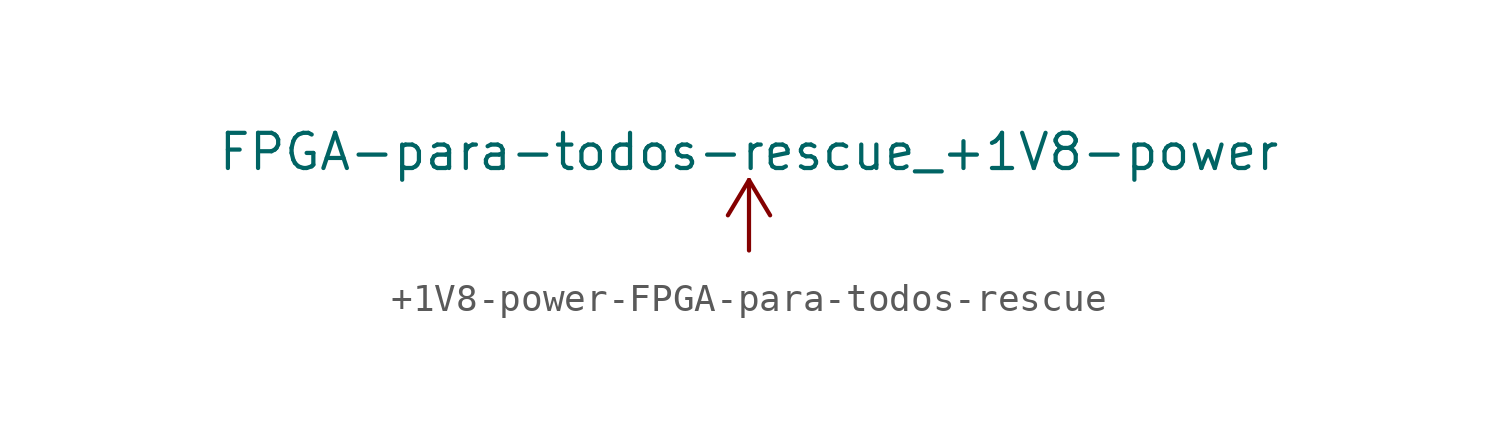
<source format=kicad_sym>
(kicad_symbol_lib
  (version 20231120)
  (generator "kicad_symbol_editor")
  (generator_version "8.0")
  (symbol "+1V8-power-FPGA-para-todos-rescue"
    (power)
    (pin_names
      (offset 0))
    (property "Reference" "#PWR"
      (at 0 -3.81 0)
      (effects (font (size 1.27 1.27)) (hide yes)))
    (property "Value" "FPGA-para-todos-rescue_+1V8-power"
      (at 0 3.556 0)
      (effects (font (size 1.27 1.27))))
    (symbol "+1V8-power-FPGA-para-todos-rescue_0_1"
      (polyline (pts (xy -0.762 1.27) (xy 0 2.54)) (stroke (width 0) (type solid)) (fill (type none)))
      (polyline (pts (xy 0 0) (xy 0 2.54)) (stroke (width 0) (type solid)) (fill (type none)))
      (polyline (pts (xy 0 2.54) (xy 0.762 1.27)) (stroke (width 0) (type solid)) (fill (type none))))
    (symbol "+1V8-power-FPGA-para-todos-rescue_1_1"
      (pin power_in line (at 0 0 90) (length 0) hide (name "+1V8" (effects (font (size 1.27 1.27)))) (number "1" (effects (font (size 1.27 1.27))))))))
</source>
